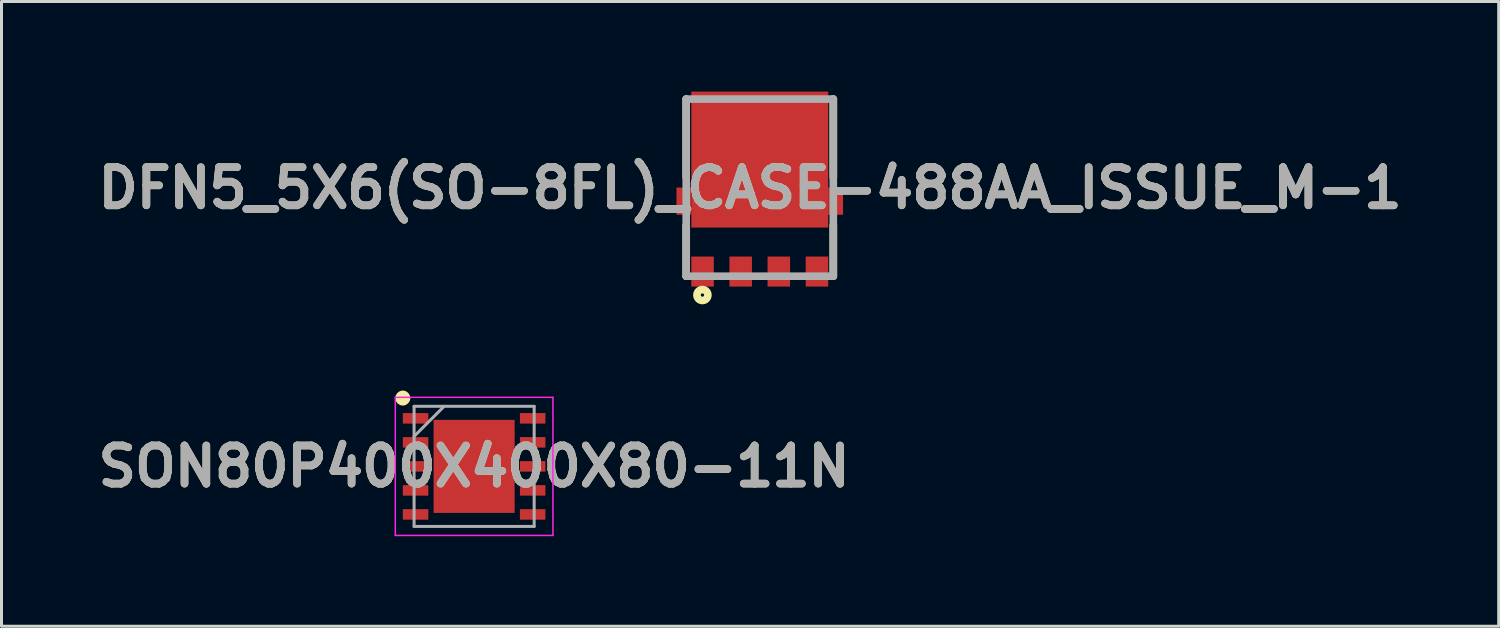
<source format=kicad_pcb>
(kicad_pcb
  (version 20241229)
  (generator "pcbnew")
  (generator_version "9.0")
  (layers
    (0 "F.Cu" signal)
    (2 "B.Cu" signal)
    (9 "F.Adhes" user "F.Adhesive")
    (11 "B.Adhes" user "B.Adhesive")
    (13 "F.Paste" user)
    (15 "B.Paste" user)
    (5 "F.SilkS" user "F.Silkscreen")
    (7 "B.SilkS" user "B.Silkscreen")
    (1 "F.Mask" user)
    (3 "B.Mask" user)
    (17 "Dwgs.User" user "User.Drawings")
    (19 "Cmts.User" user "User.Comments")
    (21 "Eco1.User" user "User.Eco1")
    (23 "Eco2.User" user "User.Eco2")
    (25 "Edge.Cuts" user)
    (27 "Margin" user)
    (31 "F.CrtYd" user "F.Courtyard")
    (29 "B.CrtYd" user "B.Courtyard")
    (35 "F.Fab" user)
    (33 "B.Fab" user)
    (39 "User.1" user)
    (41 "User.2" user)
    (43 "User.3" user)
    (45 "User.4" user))
  (footprint "SON80P400X400X80-11N"
    (layer "F.Cu")
    (at 12.742 12.484)
    (property "Reference" "SON80P400X400X80-11N" (at 0 0 0) (layer "F.SilkS") (effects (font (size 1.27 1.27) (thickness 0.254))))
    (attr smd)
    (fp_circle (center -2.375 -2.275) (end -2.375 -2.15) (stroke (width 0.25) (type solid)) (fill no) (layer "F.SilkS"))
    (fp_line (start -2.625 -2.3) (end 2.625 -2.3) (stroke (width 0.05) (type solid)) (layer "F.CrtYd"))
    (fp_line (start -2.625 2.3) (end -2.625 -2.3) (stroke (width 0.05) (type solid)) (layer "F.CrtYd"))
    (fp_line (start 2.625 -2.3) (end 2.625 2.3) (stroke (width 0.05) (type solid)) (layer "F.CrtYd"))
    (fp_line (start 2.625 2.3) (end -2.625 2.3) (stroke (width 0.05) (type solid)) (layer "F.CrtYd"))
    (fp_line (start -2 -2) (end 2 -2) (stroke (width 0.1) (type solid)) (layer "F.Fab"))
    (fp_line (start -2 -1) (end -1 -2) (stroke (width 0.1) (type solid)) (layer "F.Fab"))
    (fp_line (start -2 2) (end -2 -2) (stroke (width 0.1) (type solid)) (layer "F.Fab"))
    (fp_line (start 2 -2) (end 2 2) (stroke (width 0.1) (type solid)) (layer "F.Fab"))
    (fp_line (start 2 2) (end -2 2) (stroke (width 0.1) (type solid)) (layer "F.Fab"))
    (fp_text user "${REFERENCE}" (at 0 0 0) (layer "F.Fab") (effects (font (size 1.27 1.27) (thickness 0.254))))
    (pad "1" smd rect (at -1.95 -1.6 90) (size 0.35 0.85) (layers "F.Cu" "F.Mask" "F.Paste"))
    (pad "2" smd rect (at -1.95 -0.8 90) (size 0.35 0.85) (layers "F.Cu" "F.Mask" "F.Paste"))
    (pad "3" smd rect (at -1.95 0 90) (size 0.35 0.85) (layers "F.Cu" "F.Mask" "F.Paste"))
    (pad "4" smd rect (at -1.95 0.8 90) (size 0.35 0.85) (layers "F.Cu" "F.Mask" "F.Paste"))
    (pad "5" smd rect (at -1.95 1.6 90) (size 0.35 0.85) (layers "F.Cu" "F.Mask" "F.Paste"))
    (pad "6" smd rect (at 1.95 1.6 90) (size 0.35 0.85) (layers "F.Cu" "F.Mask" "F.Paste"))
    (pad "7" smd rect (at 1.95 0.8 90) (size 0.35 0.85) (layers "F.Cu" "F.Mask" "F.Paste"))
    (pad "8" smd rect (at 1.95 0 90) (size 0.35 0.85) (layers "F.Cu" "F.Mask" "F.Paste"))
    (pad "9" smd rect (at 1.95 -0.8 90) (size 0.35 0.85) (layers "F.Cu" "F.Mask" "F.Paste"))
    (pad "10" smd rect (at 1.95 -1.6 90) (size 0.35 0.85) (layers "F.Cu" "F.Mask" "F.Paste"))
    (pad "11" smd rect (at 0 0) (size 2.7 3.1) (layers "F.Cu" "F.Mask" "F.Paste")))
  (footprint "DFN5_5X6(SO-8FL)_CASE-488AA_ISSUE_M-1"
    (layer "F.Cu")
    (at 22.256 3.65)
    (property "Reference" "DFN5_5X6(SO-8FL)_CASE-488AA_ISSUE_M-1" (at -0.322 -0.436 0) (layer "F.SilkS") (effects (font (size 1.27 1.27) (thickness 0.254))))
    (attr smd)
    (fp_line (start -2.45 -3.4) (end -2.45 -0.801) (stroke (width 0.254) (type solid)) (layer "F.SilkS"))
    (fp_line (start -2.45 2.5) (end -2.45 0.801) (stroke (width 0.254) (type solid)) (layer "F.SilkS"))
    (fp_line (start 2.45 -3.4) (end 2.45 -0.801) (stroke (width 0.254) (type solid)) (layer "F.SilkS"))
    (fp_line (start 2.45 2.5) (end 2.45 0.801) (stroke (width 0.254) (type solid)) (layer "F.SilkS"))
    (fp_circle (center -1.91 3.127) (end -1.91 3.182) (stroke (width 0.254) (type solid)) (fill no) (layer "F.SilkS"))
    (fp_line (start -2.45 -3.4) (end 2.45 -3.4) (stroke (width 0.254) (type solid)) (layer "F.Fab"))
    (fp_line (start -2.45 2.5) (end -2.45 -3.4) (stroke (width 0.254) (type solid)) (layer "F.Fab"))
    (fp_line (start 2.45 -3.4) (end 2.45 2.5) (stroke (width 0.254) (type solid)) (layer "F.Fab"))
    (fp_line (start 2.45 2.5) (end -2.45 2.5) (stroke (width 0.254) (type solid)) (layer "F.Fab"))
    (fp_text user "${REFERENCE}" (at -0.322 -0.436 0) (layer "F.Fab") (effects (font (size 1.27 1.27) (thickness 0.254))))
    (pad "1" smd rect (at -1.905 2.345) (size 0.75 1) (layers "F.Cu" "F.Mask" "F.Paste"))
    (pad "2" smd rect (at -0.635 2.345) (size 0.75 1) (layers "F.Cu" "F.Mask" "F.Paste"))
    (pad "3" smd rect (at 0.635 2.345) (size 0.75 1) (layers "F.Cu" "F.Mask" "F.Paste"))
    (pad "4" smd rect (at 1.905 2.345) (size 0.75 1) (layers "F.Cu" "F.Mask" "F.Paste"))
    (pad "5" smd rect (at 0 -1.385 90) (size 4.53 4.56) (layers "F.Cu" "F.Mask" "F.Paste"))
    (pad "6" smd rect (at -2.527 0) (size 0.495 0.905) (layers "F.Cu" "F.Mask" "F.Paste"))
    (pad "7" smd rect (at 2.527 0) (size 0.495 0.905) (layers "F.Cu" "F.Mask" "F.Paste")))
  (gr_rect
    (start -3 -3)
    (end 46.869 17.809)
    (stroke (width 0.1) (type default))
    (fill no)
    (layer "Edge.Cuts")))
</source>
